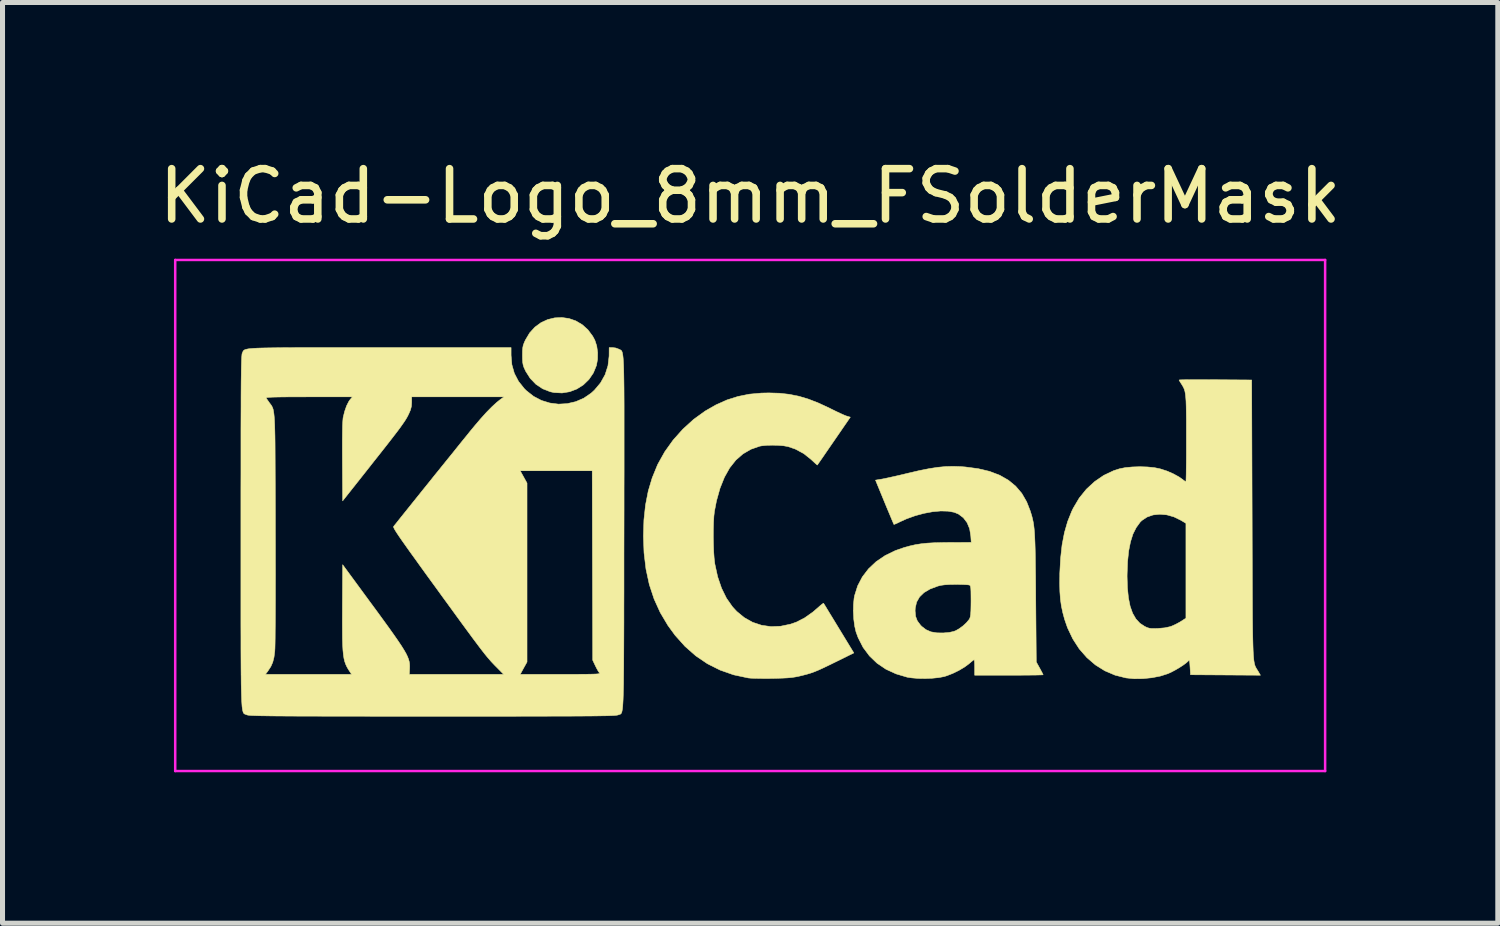
<source format=kicad_pcb>
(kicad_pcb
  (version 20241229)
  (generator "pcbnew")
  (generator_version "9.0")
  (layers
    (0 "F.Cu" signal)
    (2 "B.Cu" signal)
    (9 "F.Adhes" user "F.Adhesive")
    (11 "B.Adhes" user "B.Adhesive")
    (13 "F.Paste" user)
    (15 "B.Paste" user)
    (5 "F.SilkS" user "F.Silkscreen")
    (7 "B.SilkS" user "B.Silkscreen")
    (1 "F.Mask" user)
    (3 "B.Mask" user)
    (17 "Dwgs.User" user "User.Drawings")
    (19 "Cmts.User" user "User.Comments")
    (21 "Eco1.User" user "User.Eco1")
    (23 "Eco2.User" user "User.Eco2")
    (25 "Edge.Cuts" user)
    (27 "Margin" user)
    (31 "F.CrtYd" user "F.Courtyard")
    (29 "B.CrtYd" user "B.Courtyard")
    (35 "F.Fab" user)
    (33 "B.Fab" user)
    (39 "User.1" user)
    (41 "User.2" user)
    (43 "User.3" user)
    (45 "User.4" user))
  (footprint "KiCad-Logo_8mm_FSolderMask"
    (layer "F.Cu")
    (at 11.863 7.198)
    (property "Reference" "KiCad-Logo_8mm_FSolderMask" (at 0 -6.35 0) (layer "F.SilkS") (effects (font (size 1 1) (thickness 0.15))))
    (attr exclude_from_pos_files exclude_from_bom)
    (fp_poly (pts (xy -3.602 -3.916) (xy -3.466 -3.869) (xy -3.339 -3.794) (xy -3.226 -3.693) (xy -3.13 -3.564) (xy -3.087 -3.483) (xy -3.05 -3.37) (xy -3.032 -3.239) (xy -3.034 -3.105) (xy -3.056 -2.983) (xy -3.117 -2.834) (xy -3.205 -2.705) (xy -3.315 -2.598) (xy -3.444 -2.516) (xy -3.587 -2.461) (xy -3.739 -2.436) (xy -3.896 -2.444) (xy -3.973 -2.46) (xy -4.124 -2.519) (xy -4.258 -2.608) (xy -4.372 -2.726) (xy -4.463 -2.869) (xy -4.47 -2.885) (xy -4.497 -2.943) (xy -4.513 -2.993) (xy -4.522 -3.045) (xy -4.526 -3.111) (xy -4.527 -3.184) (xy -4.526 -3.271) (xy -4.521 -3.334) (xy -4.511 -3.385) (xy -4.492 -3.436) (xy -4.469 -3.487) (xy -4.384 -3.63) (xy -4.279 -3.745) (xy -4.158 -3.834) (xy -4.026 -3.895) (xy -3.886 -3.929) (xy -3.744 -3.936) (xy -3.602 -3.916)) (stroke (width 0.01) (type solid)) (fill yes) (layer "F.SilkS"))
    (fp_poly (pts (xy 0.581 -2.431) (xy 0.777 -2.409) (xy 0.967 -2.371) (xy 1.158 -2.314) (xy 1.358 -2.236) (xy 1.576 -2.135) (xy 1.615 -2.115) (xy 1.705 -2.071) (xy 1.79 -2.031) (xy 1.861 -1.999) (xy 1.91 -1.979) (xy 1.918 -1.977) (xy 1.991 -1.955) (xy 1.665 -1.481) (xy 1.585 -1.365) (xy 1.512 -1.259) (xy 1.449 -1.167) (xy 1.397 -1.092) (xy 1.359 -1.038) (xy 1.339 -1.008) (xy 1.335 -1.003) (xy 1.322 -1.013) (xy 1.288 -1.043) (xy 1.24 -1.087) (xy 1.214 -1.112) (xy 1.065 -1.231) (xy 0.897 -1.321) (xy 0.753 -1.37) (xy 0.666 -1.386) (xy 0.558 -1.395) (xy 0.44 -1.398) (xy 0.326 -1.395) (xy 0.229 -1.385) (xy 0.19 -1.378) (xy 0.015 -1.317) (xy -0.143 -1.225) (xy -0.284 -1.102) (xy -0.407 -0.947) (xy -0.512 -0.76) (xy -0.599 -0.543) (xy -0.669 -0.294) (xy -0.71 -0.082) (xy -0.721 0.012) (xy -0.728 0.134) (xy -0.732 0.273) (xy -0.733 0.423) (xy -0.73 0.575) (xy -0.725 0.718) (xy -0.716 0.846) (xy -0.704 0.949) (xy -0.702 0.964) (xy -0.646 1.22) (xy -0.569 1.445) (xy -0.472 1.643) (xy -0.353 1.813) (xy -0.269 1.905) (xy -0.117 2.03) (xy 0.049 2.123) (xy 0.227 2.182) (xy 0.414 2.209) (xy 0.607 2.201) (xy 0.803 2.16) (xy 0.92 2.119) (xy 1.08 2.037) (xy 1.246 1.92) (xy 1.339 1.84) (xy 1.391 1.794) (xy 1.432 1.761) (xy 1.455 1.745) (xy 1.458 1.744) (xy 1.469 1.761) (xy 1.496 1.804) (xy 1.537 1.872) (xy 1.59 1.959) (xy 1.653 2.062) (xy 1.723 2.177) (xy 1.762 2.241) (xy 2.061 2.732) (xy 1.688 2.916) (xy 1.553 2.982) (xy 1.444 3.034) (xy 1.354 3.075) (xy 1.276 3.107) (xy 1.203 3.133) (xy 1.13 3.155) (xy 1.049 3.176) (xy 0.971 3.195) (xy 0.901 3.209) (xy 0.829 3.22) (xy 0.746 3.228) (xy 0.645 3.233) (xy 0.52 3.237) (xy 0.435 3.239) (xy 0.315 3.24) (xy 0.199 3.239) (xy 0.096 3.237) (xy 0.013 3.234) (xy -0.042 3.229) (xy -0.045 3.228) (xy -0.33 3.167) (xy -0.598 3.073) (xy -0.848 2.948) (xy -1.08 2.791) (xy -1.295 2.602) (xy -1.492 2.382) (xy -1.635 2.186) (xy -1.787 1.93) (xy -1.91 1.659) (xy -2.005 1.372) (xy -2.071 1.066) (xy -2.11 0.74) (xy -2.122 0.408) (xy -2.112 0.087) (xy -2.08 -0.209) (xy -2.026 -0.486) (xy -1.948 -0.747) (xy -1.845 -0.999) (xy -1.833 -1.025) (xy -1.697 -1.268) (xy -1.531 -1.5) (xy -1.338 -1.716) (xy -1.125 -1.91) (xy -0.894 -2.077) (xy -0.679 -2.2) (xy -0.462 -2.297) (xy -0.244 -2.366) (xy -0.018 -2.412) (xy 0.226 -2.434) (xy 0.372 -2.437) (xy 0.581 -2.431)) (stroke (width 0.01) (type solid)) (fill yes) (layer "F.SilkS"))
    (fp_poly (pts (xy 9.042 -2.7) (xy 9.196 -2.699) (xy 9.248 -2.699) (xy 9.97 -2.694) (xy 9.979 0.073) (xy 9.98 0.448) (xy 9.981 0.788) (xy 9.982 1.096) (xy 9.983 1.373) (xy 9.984 1.621) (xy 9.985 1.841) (xy 9.986 2.036) (xy 9.988 2.206) (xy 9.99 2.354) (xy 9.993 2.482) (xy 9.996 2.592) (xy 9.999 2.684) (xy 10.003 2.761) (xy 10.008 2.825) (xy 10.013 2.877) (xy 10.02 2.92) (xy 10.027 2.954) (xy 10.035 2.982) (xy 10.044 3.005) (xy 10.055 3.026) (xy 10.066 3.045) (xy 10.079 3.066) (xy 10.093 3.089) (xy 10.096 3.093) (xy 10.144 3.175) (xy 8.754 3.166) (xy 8.745 3.013) (xy 8.74 2.94) (xy 8.735 2.898) (xy 8.728 2.881) (xy 8.717 2.884) (xy 8.709 2.894) (xy 8.67 2.929) (xy 8.608 2.975) (xy 8.531 3.025) (xy 8.447 3.074) (xy 8.365 3.117) (xy 8.302 3.145) (xy 8.155 3.192) (xy 7.986 3.225) (xy 7.808 3.243) (xy 7.633 3.245) (xy 7.474 3.229) (xy 7.472 3.229) (xy 7.254 3.174) (xy 7.05 3.087) (xy 6.863 2.97) (xy 6.693 2.824) (xy 6.542 2.651) (xy 6.414 2.453) (xy 6.309 2.232) (xy 6.252 2.068) (xy 6.215 1.931) (xy 6.187 1.799) (xy 6.168 1.663) (xy 6.157 1.514) (xy 6.153 1.347) (xy 6.155 1.209) (xy 7.493 1.209) (xy 7.5 1.439) (xy 7.52 1.637) (xy 7.554 1.805) (xy 7.603 1.943) (xy 7.668 2.055) (xy 7.748 2.142) (xy 7.842 2.204) (xy 7.89 2.227) (xy 7.932 2.24) (xy 7.979 2.247) (xy 8.042 2.247) (xy 8.11 2.245) (xy 8.243 2.233) (xy 8.349 2.21) (xy 8.382 2.198) (xy 8.458 2.164) (xy 8.538 2.121) (xy 8.572 2.1) (xy 8.663 2.041) (xy 8.663 0.155) (xy 8.563 0.095) (xy 8.424 0.027) (xy 8.282 -0.013) (xy 8.142 -0.025) (xy 8.009 -0.011) (xy 7.889 0.031) (xy 7.787 0.099) (xy 7.754 0.131) (xy 7.675 0.239) (xy 7.61 0.368) (xy 7.561 0.523) (xy 7.525 0.704) (xy 7.503 0.915) (xy 7.494 1.157) (xy 7.493 1.209) (xy 6.155 1.209) (xy 6.155 1.152) (xy 6.171 0.854) (xy 6.201 0.584) (xy 6.248 0.34) (xy 6.312 0.118) (xy 6.394 -0.087) (xy 6.424 -0.148) (xy 6.542 -0.347) (xy 6.684 -0.523) (xy 6.848 -0.674) (xy 7.029 -0.798) (xy 7.225 -0.891) (xy 7.343 -0.929) (xy 7.458 -0.952) (xy 7.597 -0.965) (xy 7.748 -0.97) (xy 7.898 -0.965) (xy 8.038 -0.951) (xy 8.15 -0.928) (xy 8.283 -0.885) (xy 8.412 -0.829) (xy 8.525 -0.767) (xy 8.585 -0.725) (xy 8.627 -0.693) (xy 8.656 -0.674) (xy 8.662 -0.671) (xy 8.664 -0.689) (xy 8.666 -0.739) (xy 8.668 -0.819) (xy 8.669 -0.924) (xy 8.671 -1.051) (xy 8.672 -1.197) (xy 8.672 -1.357) (xy 8.672 -1.521) (xy 8.672 -1.731) (xy 8.672 -1.908) (xy 8.67 -2.055) (xy 8.668 -2.176) (xy 8.665 -2.274) (xy 8.659 -2.353) (xy 8.652 -2.416) (xy 8.643 -2.467) (xy 8.631 -2.508) (xy 8.616 -2.543) (xy 8.598 -2.576) (xy 8.577 -2.61) (xy 8.574 -2.614) (xy 8.546 -2.658) (xy 8.529 -2.688) (xy 8.527 -2.694) (xy 8.545 -2.696) (xy 8.595 -2.698) (xy 8.673 -2.699) (xy 8.776 -2.7) (xy 8.9 -2.7) (xy 9.042 -2.7)) (stroke (width 0.01) (type solid)) (fill yes) (layer "F.SilkS"))
    (fp_poly (pts (xy 4.186 -0.972) (xy 4.276 -0.965) (xy 4.533 -0.931) (xy 4.76 -0.877) (xy 4.96 -0.801) (xy 5.132 -0.703) (xy 5.278 -0.583) (xy 5.4 -0.44) (xy 5.497 -0.272) (xy 5.568 -0.091) (xy 5.586 -0.033) (xy 5.602 0.021) (xy 5.615 0.075) (xy 5.627 0.13) (xy 5.637 0.191) (xy 5.645 0.26) (xy 5.652 0.339) (xy 5.657 0.433) (xy 5.662 0.543) (xy 5.666 0.672) (xy 5.669 0.825) (xy 5.671 1.003) (xy 5.674 1.209) (xy 5.676 1.447) (xy 5.677 1.633) (xy 5.688 2.912) (xy 5.756 3.035) (xy 5.788 3.094) (xy 5.812 3.14) (xy 5.823 3.165) (xy 5.824 3.167) (xy 5.806 3.168) (xy 5.757 3.17) (xy 5.678 3.172) (xy 5.576 3.173) (xy 5.453 3.174) (xy 5.314 3.175) (xy 5.162 3.175) (xy 5.144 3.175) (xy 4.463 3.175) (xy 4.463 3.021) (xy 4.462 2.951) (xy 4.459 2.898) (xy 4.454 2.869) (xy 4.452 2.867) (xy 4.434 2.878) (xy 4.397 2.907) (xy 4.349 2.948) (xy 4.348 2.949) (xy 4.26 3.014) (xy 4.149 3.08) (xy 4.028 3.139) (xy 3.908 3.186) (xy 3.855 3.202) (xy 3.751 3.222) (xy 3.622 3.235) (xy 3.481 3.241) (xy 3.34 3.239) (xy 3.211 3.228) (xy 3.121 3.214) (xy 2.899 3.148) (xy 2.699 3.056) (xy 2.522 2.936) (xy 2.371 2.791) (xy 2.245 2.622) (xy 2.147 2.43) (xy 2.104 2.313) (xy 2.078 2.2) (xy 2.06 2.064) (xy 2.052 1.917) (xy 2.052 1.896) (xy 3.279 1.896) (xy 3.289 2.005) (xy 3.323 2.095) (xy 3.386 2.179) (xy 3.41 2.204) (xy 3.496 2.27) (xy 3.594 2.313) (xy 3.713 2.333) (xy 3.837 2.335) (xy 3.956 2.325) (xy 4.046 2.305) (xy 4.086 2.29) (xy 4.156 2.25) (xy 4.232 2.194) (xy 4.3 2.131) (xy 4.351 2.07) (xy 4.365 2.047) (xy 4.375 2.016) (xy 4.383 1.967) (xy 4.388 1.894) (xy 4.39 1.793) (xy 4.391 1.697) (xy 4.39 1.585) (xy 4.389 1.504) (xy 4.386 1.449) (xy 4.381 1.414) (xy 4.373 1.394) (xy 4.362 1.384) (xy 4.359 1.383) (xy 4.33 1.378) (xy 4.272 1.374) (xy 4.193 1.371) (xy 4.102 1.37) (xy 4.082 1.37) (xy 3.96 1.372) (xy 3.866 1.378) (xy 3.791 1.388) (xy 3.729 1.404) (xy 3.575 1.462) (xy 3.455 1.533) (xy 3.367 1.619) (xy 3.309 1.721) (xy 3.282 1.839) (xy 3.279 1.896) (xy 2.052 1.896) (xy 2.054 1.774) (xy 2.066 1.645) (xy 2.076 1.592) (xy 2.137 1.399) (xy 2.23 1.221) (xy 2.353 1.06) (xy 2.504 0.918) (xy 2.682 0.797) (xy 2.885 0.698) (xy 3.057 0.638) (xy 3.172 0.606) (xy 3.282 0.581) (xy 3.395 0.563) (xy 3.516 0.55) (xy 3.654 0.542) (xy 3.816 0.538) (xy 3.962 0.536) (xy 4.395 0.535) (xy 4.386 0.405) (xy 4.363 0.264) (xy 4.313 0.143) (xy 4.238 0.044) (xy 4.141 -0.029) (xy 4.056 -0.064) (xy 3.934 -0.086) (xy 3.789 -0.09) (xy 3.627 -0.075) (xy 3.455 -0.043) (xy 3.281 0.004) (xy 3.111 0.065) (xy 2.987 0.121) (xy 2.928 0.15) (xy 2.882 0.17) (xy 2.859 0.178) (xy 2.858 0.178) (xy 2.85 0.16) (xy 2.83 0.114) (xy 2.8 0.042) (xy 2.762 -0.049) (xy 2.717 -0.156) (xy 2.672 -0.265) (xy 2.492 -0.703) (xy 2.62 -0.724) (xy 2.676 -0.735) (xy 2.76 -0.753) (xy 2.864 -0.776) (xy 2.982 -0.803) (xy 3.107 -0.833) (xy 3.157 -0.845) (xy 3.372 -0.895) (xy 3.56 -0.932) (xy 3.728 -0.958) (xy 3.884 -0.973) (xy 4.034 -0.977) (xy 4.186 -0.972)) (stroke (width 0.01) (type solid)) (fill yes) (layer "F.SilkS"))
    (fp_poly (pts (xy -7.87 -3.338) (xy -7.521 -3.338) (xy -7.358 -3.338) (xy -4.753 -3.338) (xy -4.753 -3.185) (xy -4.737 -2.998) (xy -4.688 -2.826) (xy -4.605 -2.667) (xy -4.488 -2.52) (xy -4.448 -2.481) (xy -4.306 -2.369) (xy -4.149 -2.287) (xy -3.982 -2.236) (xy -3.81 -2.214) (xy -3.637 -2.224) (xy -3.468 -2.263) (xy -3.308 -2.332) (xy -3.162 -2.432) (xy -3.096 -2.492) (xy -2.973 -2.639) (xy -2.883 -2.801) (xy -2.827 -2.976) (xy -2.805 -3.161) (xy -2.804 -3.18) (xy -2.803 -3.338) (xy -2.733 -3.338) (xy -2.671 -3.33) (xy -2.615 -3.309) (xy -2.611 -3.307) (xy -2.598 -3.301) (xy -2.587 -3.296) (xy -2.576 -3.29) (xy -2.566 -3.284) (xy -2.557 -3.274) (xy -2.549 -3.26) (xy -2.542 -3.239) (xy -2.536 -3.211) (xy -2.53 -3.174) (xy -2.525 -3.127) (xy -2.521 -3.067) (xy -2.517 -2.994) (xy -2.514 -2.906) (xy -2.512 -2.801) (xy -2.51 -2.678) (xy -2.508 -2.535) (xy -2.507 -2.372) (xy -2.506 -2.186) (xy -2.506 -1.976) (xy -2.506 -1.74) (xy -2.506 -1.477) (xy -2.506 -1.185) (xy -2.506 -0.864) (xy -2.507 -0.511) (xy -2.507 -0.124) (xy -2.508 0.297) (xy -2.508 0.348) (xy -2.509 0.771) (xy -2.509 1.16) (xy -2.509 1.516) (xy -2.51 1.839) (xy -2.51 2.133) (xy -2.511 2.398) (xy -2.512 2.635) (xy -2.513 2.847) (xy -2.514 3.034) (xy -2.516 3.199) (xy -2.517 3.342) (xy -2.52 3.466) (xy -2.523 3.571) (xy -2.526 3.66) (xy -2.53 3.733) (xy -2.534 3.793) (xy -2.539 3.84) (xy -2.545 3.877) (xy -2.551 3.904) (xy -2.558 3.924) (xy -2.566 3.937) (xy -2.575 3.946) (xy -2.585 3.951) (xy -2.596 3.955) (xy -2.608 3.958) (xy -2.621 3.963) (xy -2.624 3.964) (xy -2.634 3.967) (xy -2.651 3.97) (xy -2.676 3.973) (xy -2.71 3.976) (xy -2.756 3.978) (xy -2.814 3.98) (xy -2.886 3.982) (xy -2.973 3.983) (xy -3.078 3.985) (xy -3.201 3.986) (xy -3.343 3.987) (xy -3.507 3.988) (xy -3.694 3.989) (xy -3.905 3.989) (xy -4.141 3.99) (xy -4.405 3.99) (xy -4.697 3.991) (xy -5.019 3.991) (xy -5.373 3.991) (xy -5.759 3.991) (xy -6.18 3.991) (xy -6.316 3.991) (xy -6.747 3.991) (xy -7.142 3.991) (xy -7.504 3.991) (xy -7.835 3.99) (xy -8.134 3.99) (xy -8.405 3.99) (xy -8.649 3.989) (xy -8.866 3.989) (xy -9.059 3.988) (xy -9.229 3.987) (xy -9.378 3.986) (xy -9.506 3.985) (xy -9.616 3.983) (xy -9.709 3.982) (xy -9.786 3.98) (xy -9.848 3.978) (xy -9.899 3.976) (xy -9.937 3.974) (xy -9.967 3.971) (xy -9.987 3.968) (xy -10.001 3.965) (xy -10.009 3.962) (xy -10.023 3.956) (xy -10.035 3.952) (xy -10.046 3.948) (xy -10.057 3.942) (xy -10.066 3.934) (xy -10.075 3.92) (xy -10.082 3.901) (xy -10.089 3.874) (xy -10.095 3.839) (xy -10.101 3.793) (xy -10.105 3.734) (xy -10.109 3.663) (xy -10.112 3.576) (xy -10.115 3.473) (xy -10.118 3.352) (xy -10.119 3.211) (xy -10.12 3.157) (xy -9.636 3.157) (xy -7.924 3.157) (xy -7.957 3.107) (xy -7.99 3.056) (xy -8.018 3.007) (xy -8.041 2.957) (xy -8.06 2.903) (xy -8.075 2.841) (xy -8.086 2.768) (xy -8.095 2.68) (xy -8.101 2.574) (xy -8.105 2.447) (xy -8.106 2.294) (xy -8.107 2.114) (xy -8.106 1.902) (xy -8.106 1.823) (xy -8.101 0.978) (xy -7.566 1.707) (xy -7.414 1.913) (xy -7.283 2.093) (xy -7.17 2.249) (xy -7.075 2.383) (xy -6.996 2.497) (xy -6.931 2.594) (xy -6.88 2.676) (xy -6.84 2.746) (xy -6.811 2.806) (xy -6.791 2.858) (xy -6.778 2.905) (xy -6.771 2.949) (xy -6.769 2.992) (xy -6.77 3.038) (xy -6.77 3.043) (xy -6.776 3.157) (xy -4.901 3.157) (xy -5.04 3.016) (xy -5.078 2.978) (xy -5.114 2.94) (xy -5.15 2.902) (xy -5.186 2.86) (xy -5.226 2.814) (xy -5.27 2.76) (xy -5.32 2.696) (xy -5.377 2.622) (xy -5.443 2.534) (xy -5.521 2.43) (xy -5.61 2.309) (xy -5.713 2.169) (xy -5.832 2.006) (xy -5.967 1.82) (xy -6.121 1.609) (xy -6.247 1.435) (xy -6.406 1.217) (xy -6.544 1.026) (xy -6.663 0.86) (xy -6.765 0.719) (xy -6.85 0.599) (xy -6.92 0.5) (xy -6.976 0.419) (xy -7.019 0.355) (xy -7.051 0.305) (xy -7.072 0.269) (xy -7.085 0.243) (xy -7.09 0.227) (xy -7.088 0.218) (xy -7.071 0.196) (xy -7.032 0.148) (xy -6.976 0.077) (xy -6.904 -0.013) (xy -6.818 -0.12) (xy -6.721 -0.241) (xy -6.615 -0.373) (xy -6.502 -0.514) (xy -6.385 -0.659) (xy -6.266 -0.808) (xy -6.2 -0.889) (xy -4.571 -0.889) (xy -4.504 -0.767) (xy -4.436 -0.644) (xy -4.436 2.912) (xy -4.504 3.034) (xy -4.571 3.157) (xy -3.771 3.157) (xy -3.579 3.157) (xy -3.422 3.157) (xy -3.294 3.156) (xy -3.193 3.155) (xy -3.117 3.153) (xy -3.062 3.151) (xy -3.025 3.148) (xy -3.004 3.144) (xy -2.994 3.139) (xy -2.993 3.132) (xy -2.999 3.125) (xy -2.999 3.125) (xy -3.022 3.092) (xy -3.052 3.038) (xy -3.079 2.984) (xy -3.13 2.876) (xy -3.135 0.993) (xy -3.14 -0.889) (xy -4.571 -0.889) (xy -6.2 -0.889) (xy -6.147 -0.955) (xy -6.03 -1.1) (xy -5.918 -1.238) (xy -5.814 -1.368) (xy -5.719 -1.486) (xy -5.635 -1.589) (xy -5.566 -1.675) (xy -5.512 -1.74) (xy -5.481 -1.778) (xy -5.36 -1.92) (xy -5.244 -2.049) (xy -5.136 -2.159) (xy -5.04 -2.247) (xy -4.973 -2.301) (xy -4.893 -2.359) (xy -6.729 -2.359) (xy -6.729 -2.251) (xy -6.734 -2.172) (xy -6.753 -2.098) (xy -6.783 -2.029) (xy -6.802 -1.989) (xy -6.823 -1.95) (xy -6.847 -1.909) (xy -6.877 -1.863) (xy -6.914 -1.81) (xy -6.959 -1.746) (xy -7.016 -1.67) (xy -7.086 -1.579) (xy -7.17 -1.47) (xy -7.271 -1.341) (xy -7.391 -1.189) (xy -7.532 -1.011) (xy -7.547 -0.991) (xy -8.101 -0.291) (xy -8.106 -1.066) (xy -8.107 -1.299) (xy -8.107 -1.495) (xy -8.105 -1.657) (xy -8.103 -1.784) (xy -8.098 -1.878) (xy -8.093 -1.938) (xy -8.091 -1.95) (xy -8.061 -2.071) (xy -8.023 -2.18) (xy -7.979 -2.267) (xy -7.953 -2.304) (xy -7.907 -2.359) (xy -8.772 -2.359) (xy -8.978 -2.358) (xy -9.15 -2.358) (xy -9.291 -2.357) (xy -9.404 -2.355) (xy -9.49 -2.353) (xy -9.553 -2.35) (xy -9.594 -2.347) (xy -9.616 -2.342) (xy -9.623 -2.337) (xy -9.622 -2.336) (xy -9.604 -2.308) (xy -9.573 -2.264) (xy -9.558 -2.242) (xy -9.541 -2.22) (xy -9.526 -2.2) (xy -9.513 -2.181) (xy -9.502 -2.16) (xy -9.491 -2.135) (xy -9.482 -2.106) (xy -9.475 -2.068) (xy -9.468 -2.022) (xy -9.462 -1.964) (xy -9.457 -1.893) (xy -9.453 -1.806) (xy -9.45 -1.703) (xy -9.447 -1.58) (xy -9.445 -1.436) (xy -9.444 -1.27) (xy -9.443 -1.078) (xy -9.442 -0.86) (xy -9.441 -0.613) (xy -9.44 -0.335) (xy -9.439 -0.024) (xy -9.439 0.261) (xy -9.438 0.579) (xy -9.438 0.883) (xy -9.437 1.17) (xy -9.438 1.439) (xy -9.438 1.687) (xy -9.439 1.913) (xy -9.44 2.114) (xy -9.442 2.289) (xy -9.443 2.436) (xy -9.445 2.553) (xy -9.447 2.638) (xy -9.45 2.689) (xy -9.45 2.694) (xy -9.466 2.818) (xy -9.491 2.917) (xy -9.529 3.003) (xy -9.585 3.089) (xy -9.591 3.098) (xy -9.636 3.157) (xy -10.12 3.157) (xy -10.121 3.049) (xy -10.122 2.865) (xy -10.123 2.657) (xy -10.123 2.423) (xy -10.124 2.162) (xy -10.124 1.873) (xy -10.124 1.554) (xy -10.124 1.203) (xy -10.124 0.82) (xy -10.124 0.401) (xy -10.124 0.318) (xy -10.124 -0.104) (xy -10.124 -0.492) (xy -10.123 -0.847) (xy -10.123 -1.169) (xy -10.123 -1.462) (xy -10.123 -1.725) (xy -10.122 -1.961) (xy -10.121 -2.172) (xy -10.121 -2.357) (xy -10.12 -2.521) (xy -10.119 -2.662) (xy -10.117 -2.784) (xy -10.116 -2.887) (xy -10.114 -2.974) (xy -10.112 -3.045) (xy -10.11 -3.102) (xy -10.108 -3.146) (xy -10.105 -3.18) (xy -10.103 -3.204) (xy -10.1 -3.22) (xy -10.096 -3.23) (xy -10.096 -3.23) (xy -10.089 -3.245) (xy -10.084 -3.258) (xy -10.077 -3.27) (xy -10.069 -3.281) (xy -10.056 -3.29) (xy -10.037 -3.299) (xy -10.011 -3.306) (xy -9.976 -3.313) (xy -9.929 -3.318) (xy -9.87 -3.323) (xy -9.796 -3.327) (xy -9.705 -3.33) (xy -9.597 -3.332) (xy -9.469 -3.334) (xy -9.319 -3.336) (xy -9.146 -3.337) (xy -8.948 -3.338) (xy -8.723 -3.338) (xy -8.47 -3.338) (xy -8.186 -3.338) (xy -7.87 -3.338)) (stroke (width 0.01) (type solid)) (fill yes) (layer "F.SilkS"))
    (fp_line (start -11.43 -5.08) (end 11.43 -5.08) (stroke (width 0.05) (type solid)) (layer "F.CrtYd"))
    (fp_line (start -11.43 5.08) (end -11.43 -5.08) (stroke (width 0.05) (type solid)) (layer "F.CrtYd"))
    (fp_line (start 11.43 -5.08) (end 11.43 5.08) (stroke (width 0.05) (type solid)) (layer "F.CrtYd"))
    (fp_line (start 11.43 5.08) (end -11.43 5.08) (stroke (width 0.05) (type solid)) (layer "F.CrtYd")))
  (gr_rect
    (start -3 -3)
    (end 26.726 15.303)
    (stroke (width 0.1) (type default))
    (fill no)
    (layer "Edge.Cuts")))
</source>
